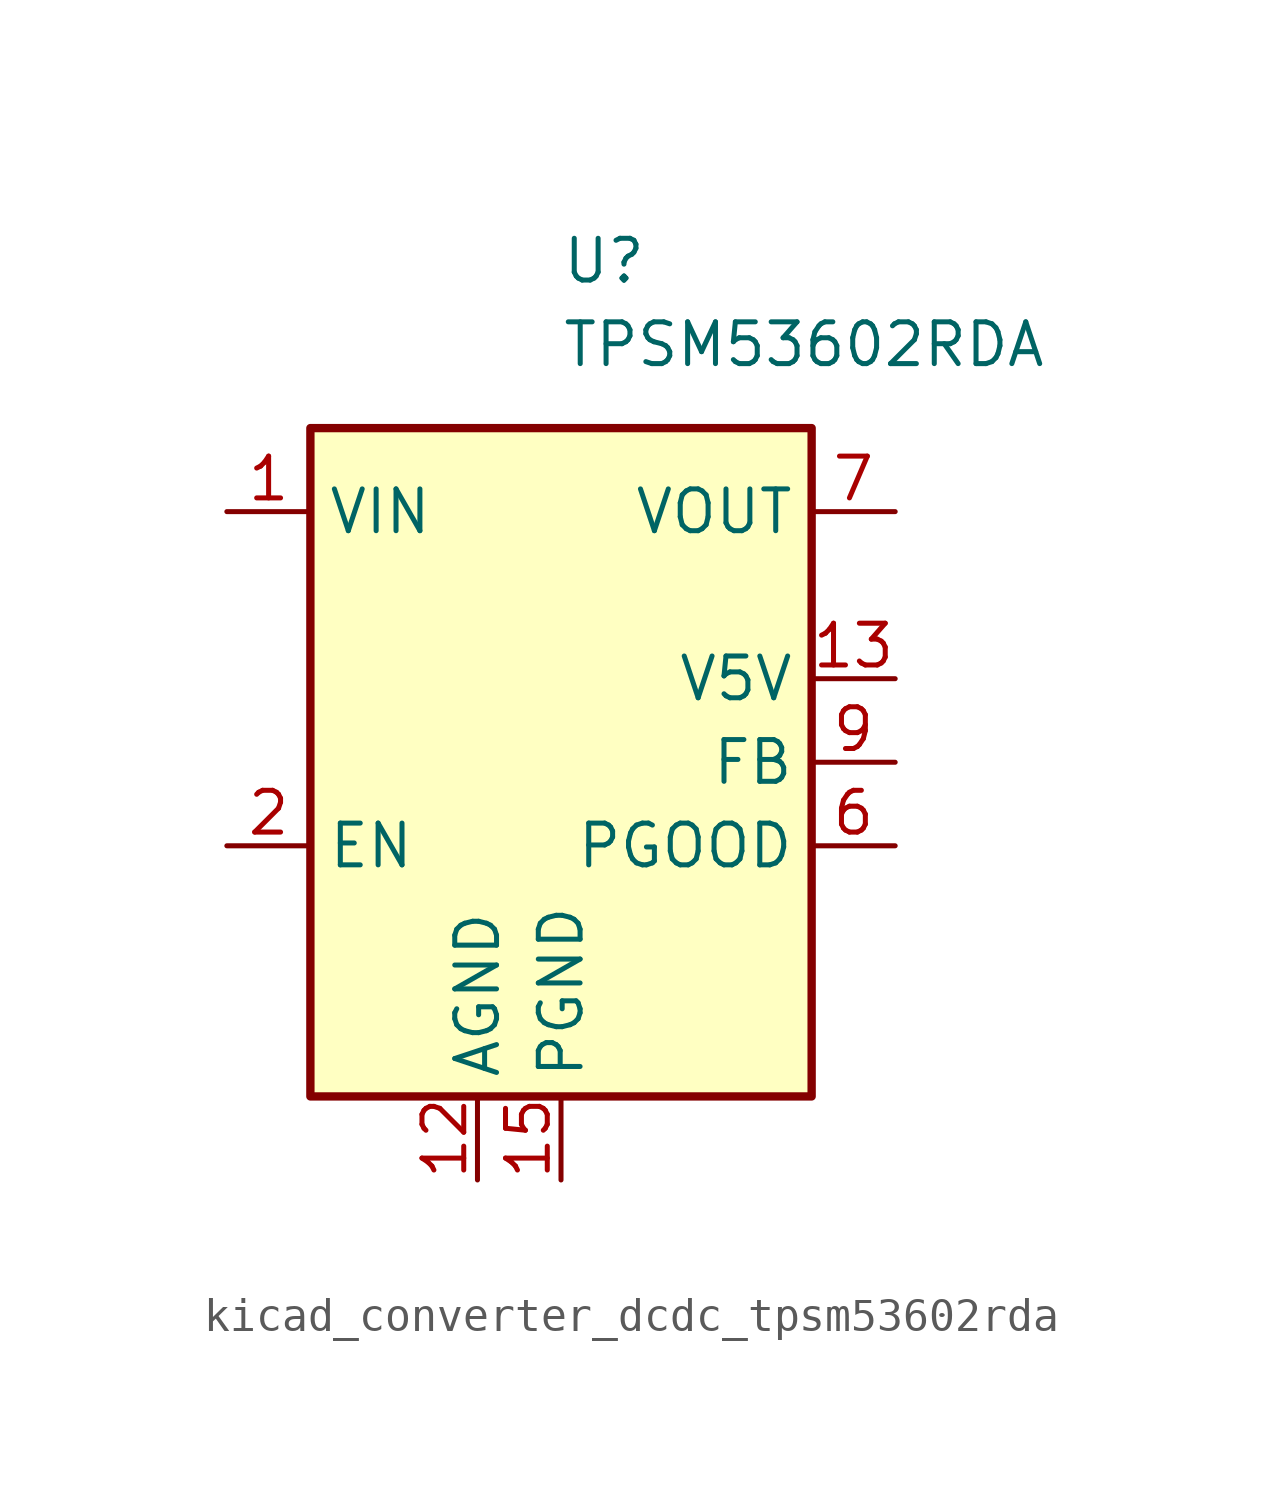
<source format=kicad_sym>
(kicad_symbol_lib
  (version 20220914)
  (generator kicad_symbol_editor)
  (symbol "kicad_converter_dcdc_tpsm53602rda"
    (property "Reference" "U"
      (at 0 15.24 0)
      (effects (font (size 1.27 1.27)) (justify left)))
    (property "Value" "TPSM53602RDA"
      (at 0 12.7 0)
      (effects (font (size 1.27 1.27)) (justify left)))
    (symbol "kicad_converter_dcdc_tpsm53602rda_0_1"
      (rectangle (start 7.62 10.16) (end -7.62 -10.16) (stroke (width 0.254) (type default)) (fill (type background))))
    (symbol "kicad_converter_dcdc_tpsm53602rda_1_1"
      (pin power_in line (at -10.16 7.62 0) (length 2.54) (name "VIN" (effects (font (size 1.27 1.27)))) (number "1" (effects (font (size 1.27 1.27)))))
      (pin passive line (at 0 -12.7 90) (length 2.54) hide (name "PGND" (effects (font (size 1.27 1.27)))) (number "10" (effects (font (size 1.27 1.27)))))
      (pin passive line (at 0 -12.7 90) (length 2.54) hide (name "PGND" (effects (font (size 1.27 1.27)))) (number "11" (effects (font (size 1.27 1.27)))))
      (pin power_in line (at -2.54 -12.7 90) (length 2.54) (name "AGND" (effects (font (size 1.27 1.27)))) (number "12" (effects (font (size 1.27 1.27)))))
      (pin output line (at 10.16 2.54 180) (length 2.54) (name "V5V" (effects (font (size 1.27 1.27)))) (number "13" (effects (font (size 1.27 1.27)))))
      (pin passive line (at -10.16 7.62 0) (length 2.54) hide (name "VIN" (effects (font (size 1.27 1.27)))) (number "14" (effects (font (size 1.27 1.27)))))
      (pin power_in line (at 0 -12.7 90) (length 2.54) (name "PGND" (effects (font (size 1.27 1.27)))) (number "15" (effects (font (size 1.27 1.27)))))
      (pin input line (at -10.16 -2.54 0) (length 2.54) (name "EN" (effects (font (size 1.27 1.27)))) (number "2" (effects (font (size 1.27 1.27)))))
      (pin passive line (at 0 -12.7 90) (length 2.54) hide (name "PGND" (effects (font (size 1.27 1.27)))) (number "3" (effects (font (size 1.27 1.27)))))
      (pin no_connect line (at -7.62 2.54 0) (length 2.54) hide (name "DNC" (effects (font (size 1.27 1.27)))) (number "4" (effects (font (size 1.27 1.27)))))
      (pin no_connect line (at -7.62 0 0) (length 2.54) hide (name "DNC" (effects (font (size 1.27 1.27)))) (number "5" (effects (font (size 1.27 1.27)))))
      (pin open_collector line (at 10.16 -2.54 180) (length 2.54) (name "PGOOD" (effects (font (size 1.27 1.27)))) (number "6" (effects (font (size 1.27 1.27)))))
      (pin power_out line (at 10.16 7.62 180) (length 2.54) (name "VOUT" (effects (font (size 1.27 1.27)))) (number "7" (effects (font (size 1.27 1.27)))))
      (pin passive line (at 10.16 7.62 180) (length 2.54) hide (name "VOUT" (effects (font (size 1.27 1.27)))) (number "8" (effects (font (size 1.27 1.27)))))
      (pin input line (at 10.16 0 180) (length 2.54) (name "FB" (effects (font (size 1.27 1.27)))) (number "9" (effects (font (size 1.27 1.27))))))))
</source>
